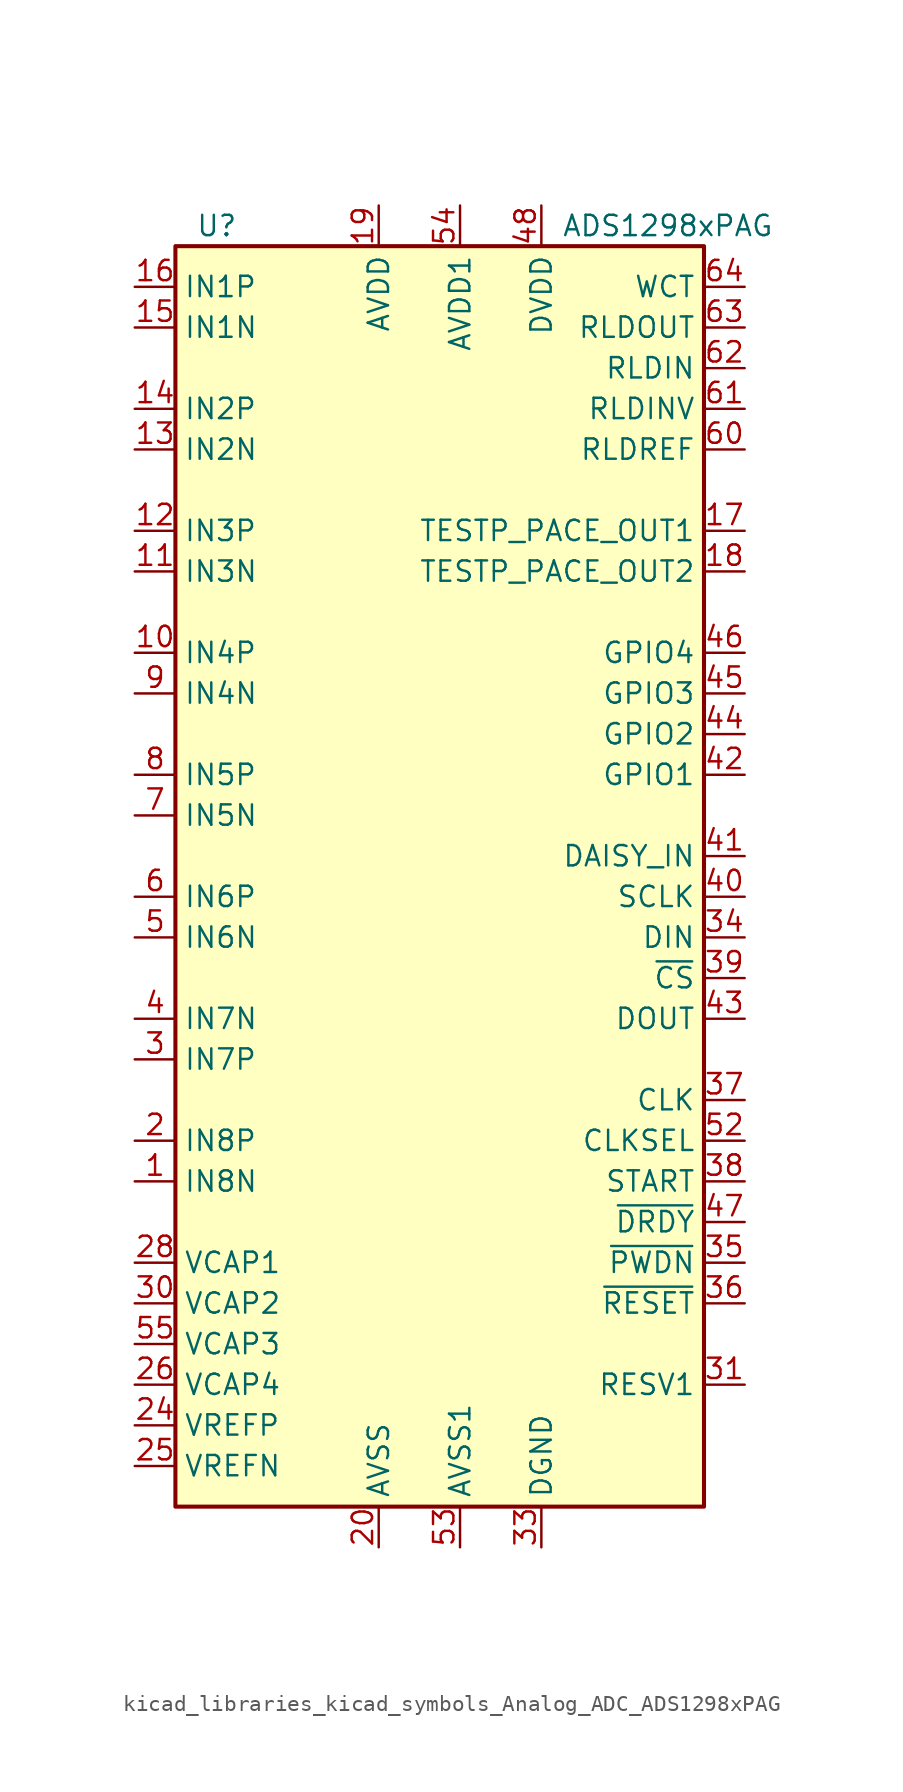
<source format=kicad_sym>
(kicad_symbol_lib
  (version 20220914)
  (generator kicad_symbol_editor)
  (symbol "kicad_libraries_kicad_symbols_Analog_ADC_ADS1298xPAG"
    (property "Reference" "U"
      (at -16.51 44.45 0)
      (effects (font (size 1.27 1.27)) (justify left)))
    (property "Value" "ADS1298xPAG"
      (at 6.35 44.45 0)
      (effects (font (size 1.27 1.27)) (justify left)))
    (symbol "kicad_libraries_kicad_symbols_Analog_ADC_ADS1298xPAG_0_1"
      (rectangle (start -17.78 43.18) (end 15.24 -35.56) (stroke (width 0.254) (type default)) (fill (type background))))
    (symbol "kicad_libraries_kicad_symbols_Analog_ADC_ADS1298xPAG_1_1"
      (pin input line (at -20.32 -15.24 0) (length 2.54) (name "IN8N" (effects (font (size 1.27 1.27)))) (number "1" (effects (font (size 1.27 1.27)))))
      (pin input line (at -20.32 17.78 0) (length 2.54) (name "IN4P" (effects (font (size 1.27 1.27)))) (number "10" (effects (font (size 1.27 1.27)))))
      (pin input line (at -20.32 22.86 0) (length 2.54) (name "IN3N" (effects (font (size 1.27 1.27)))) (number "11" (effects (font (size 1.27 1.27)))))
      (pin input line (at -20.32 25.4 0) (length 2.54) (name "IN3P" (effects (font (size 1.27 1.27)))) (number "12" (effects (font (size 1.27 1.27)))))
      (pin input line (at -20.32 30.48 0) (length 2.54) (name "IN2N" (effects (font (size 1.27 1.27)))) (number "13" (effects (font (size 1.27 1.27)))))
      (pin input line (at -20.32 33.02 0) (length 2.54) (name "IN2P" (effects (font (size 1.27 1.27)))) (number "14" (effects (font (size 1.27 1.27)))))
      (pin input line (at -20.32 38.1 0) (length 2.54) (name "IN1N" (effects (font (size 1.27 1.27)))) (number "15" (effects (font (size 1.27 1.27)))))
      (pin input line (at -20.32 40.64 0) (length 2.54) (name "IN1P" (effects (font (size 1.27 1.27)))) (number "16" (effects (font (size 1.27 1.27)))))
      (pin bidirectional line (at 17.78 25.4 180) (length 2.54) (name "TESTP_PACE_OUT1" (effects (font (size 1.27 1.27)))) (number "17" (effects (font (size 1.27 1.27)))))
      (pin bidirectional line (at 17.78 22.86 180) (length 2.54) (name "TESTP_PACE_OUT2" (effects (font (size 1.27 1.27)))) (number "18" (effects (font (size 1.27 1.27)))))
      (pin power_in line (at -5.08 45.72 270) (length 2.54) (name "AVDD" (effects (font (size 1.27 1.27)))) (number "19" (effects (font (size 1.27 1.27)))))
      (pin input line (at -20.32 -12.7 0) (length 2.54) (name "IN8P" (effects (font (size 1.27 1.27)))) (number "2" (effects (font (size 1.27 1.27)))))
      (pin power_in line (at -5.08 -38.1 90) (length 2.54) (name "AVSS" (effects (font (size 1.27 1.27)))) (number "20" (effects (font (size 1.27 1.27)))))
      (pin passive line (at -5.08 45.72 270) (length 2.54) hide (name "AVDD" (effects (font (size 1.27 1.27)))) (number "21" (effects (font (size 1.27 1.27)))))
      (pin passive line (at -5.08 45.72 270) (length 2.54) hide (name "AVDD" (effects (font (size 1.27 1.27)))) (number "22" (effects (font (size 1.27 1.27)))))
      (pin passive line (at -5.08 -38.1 90) (length 2.54) hide (name "AVSS" (effects (font (size 1.27 1.27)))) (number "23" (effects (font (size 1.27 1.27)))))
      (pin passive line (at -20.32 -30.48 0) (length 2.54) (name "VREFP" (effects (font (size 1.27 1.27)))) (number "24" (effects (font (size 1.27 1.27)))))
      (pin passive line (at -20.32 -33.02 0) (length 2.54) (name "VREFN" (effects (font (size 1.27 1.27)))) (number "25" (effects (font (size 1.27 1.27)))))
      (pin passive line (at -20.32 -27.94 0) (length 2.54) (name "VCAP4" (effects (font (size 1.27 1.27)))) (number "26" (effects (font (size 1.27 1.27)))))
      (pin no_connect line (at 15.24 -30.48 180) (length 2.54) hide (name "NC" (effects (font (size 1.27 1.27)))) (number "27" (effects (font (size 1.27 1.27)))))
      (pin passive line (at -20.32 -20.32 0) (length 2.54) (name "VCAP1" (effects (font (size 1.27 1.27)))) (number "28" (effects (font (size 1.27 1.27)))))
      (pin no_connect line (at 15.24 -33.02 180) (length 2.54) hide (name "NC" (effects (font (size 1.27 1.27)))) (number "29" (effects (font (size 1.27 1.27)))))
      (pin input line (at -20.32 -7.62 0) (length 2.54) (name "IN7P" (effects (font (size 1.27 1.27)))) (number "3" (effects (font (size 1.27 1.27)))))
      (pin passive line (at -20.32 -22.86 0) (length 2.54) (name "VCAP2" (effects (font (size 1.27 1.27)))) (number "30" (effects (font (size 1.27 1.27)))))
      (pin input line (at 17.78 -27.94 180) (length 2.54) (name "RESV1" (effects (font (size 1.27 1.27)))) (number "31" (effects (font (size 1.27 1.27)))))
      (pin passive line (at -5.08 -38.1 90) (length 2.54) hide (name "AVSS" (effects (font (size 1.27 1.27)))) (number "32" (effects (font (size 1.27 1.27)))))
      (pin power_in line (at 5.08 -38.1 90) (length 2.54) (name "DGND" (effects (font (size 1.27 1.27)))) (number "33" (effects (font (size 1.27 1.27)))))
      (pin input line (at 17.78 0 180) (length 2.54) (name "DIN" (effects (font (size 1.27 1.27)))) (number "34" (effects (font (size 1.27 1.27)))))
      (pin input line (at 17.78 -20.32 180) (length 2.54) (name "~{PWDN}" (effects (font (size 1.27 1.27)))) (number "35" (effects (font (size 1.27 1.27)))))
      (pin input line (at 17.78 -22.86 180) (length 2.54) (name "~{RESET}" (effects (font (size 1.27 1.27)))) (number "36" (effects (font (size 1.27 1.27)))))
      (pin bidirectional line (at 17.78 -10.16 180) (length 2.54) (name "CLK" (effects (font (size 1.27 1.27)))) (number "37" (effects (font (size 1.27 1.27)))))
      (pin input line (at 17.78 -15.24 180) (length 2.54) (name "START" (effects (font (size 1.27 1.27)))) (number "38" (effects (font (size 1.27 1.27)))))
      (pin input line (at 17.78 -2.54 180) (length 2.54) (name "~{CS}" (effects (font (size 1.27 1.27)))) (number "39" (effects (font (size 1.27 1.27)))))
      (pin input line (at -20.32 -5.08 0) (length 2.54) (name "IN7N" (effects (font (size 1.27 1.27)))) (number "4" (effects (font (size 1.27 1.27)))))
      (pin input line (at 17.78 2.54 180) (length 2.54) (name "SCLK" (effects (font (size 1.27 1.27)))) (number "40" (effects (font (size 1.27 1.27)))))
      (pin input line (at 17.78 5.08 180) (length 2.54) (name "DAISY_IN" (effects (font (size 1.27 1.27)))) (number "41" (effects (font (size 1.27 1.27)))))
      (pin bidirectional line (at 17.78 10.16 180) (length 2.54) (name "GPIO1" (effects (font (size 1.27 1.27)))) (number "42" (effects (font (size 1.27 1.27)))))
      (pin output line (at 17.78 -5.08 180) (length 2.54) (name "DOUT" (effects (font (size 1.27 1.27)))) (number "43" (effects (font (size 1.27 1.27)))))
      (pin bidirectional line (at 17.78 12.7 180) (length 2.54) (name "GPIO2" (effects (font (size 1.27 1.27)))) (number "44" (effects (font (size 1.27 1.27)))))
      (pin bidirectional line (at 17.78 15.24 180) (length 2.54) (name "GPIO3" (effects (font (size 1.27 1.27)))) (number "45" (effects (font (size 1.27 1.27)))))
      (pin bidirectional line (at 17.78 17.78 180) (length 2.54) (name "GPIO4" (effects (font (size 1.27 1.27)))) (number "46" (effects (font (size 1.27 1.27)))))
      (pin output line (at 17.78 -17.78 180) (length 2.54) (name "~{DRDY}" (effects (font (size 1.27 1.27)))) (number "47" (effects (font (size 1.27 1.27)))))
      (pin power_in line (at 5.08 45.72 270) (length 2.54) (name "DVDD" (effects (font (size 1.27 1.27)))) (number "48" (effects (font (size 1.27 1.27)))))
      (pin passive line (at 5.08 -38.1 90) (length 2.54) hide (name "DGND" (effects (font (size 1.27 1.27)))) (number "49" (effects (font (size 1.27 1.27)))))
      (pin input line (at -20.32 0 0) (length 2.54) (name "IN6N" (effects (font (size 1.27 1.27)))) (number "5" (effects (font (size 1.27 1.27)))))
      (pin passive line (at 5.08 45.72 270) (length 2.54) hide (name "DVDD" (effects (font (size 1.27 1.27)))) (number "50" (effects (font (size 1.27 1.27)))))
      (pin passive line (at 5.08 -38.1 90) (length 2.54) hide (name "DGND" (effects (font (size 1.27 1.27)))) (number "51" (effects (font (size 1.27 1.27)))))
      (pin input line (at 17.78 -12.7 180) (length 2.54) (name "CLKSEL" (effects (font (size 1.27 1.27)))) (number "52" (effects (font (size 1.27 1.27)))))
      (pin power_in line (at 0 -38.1 90) (length 2.54) (name "AVSS1" (effects (font (size 1.27 1.27)))) (number "53" (effects (font (size 1.27 1.27)))))
      (pin power_in line (at 0 45.72 270) (length 2.54) (name "AVDD1" (effects (font (size 1.27 1.27)))) (number "54" (effects (font (size 1.27 1.27)))))
      (pin passive line (at -20.32 -25.4 0) (length 2.54) (name "VCAP3" (effects (font (size 1.27 1.27)))) (number "55" (effects (font (size 1.27 1.27)))))
      (pin passive line (at -5.08 45.72 270) (length 2.54) hide (name "AVDD" (effects (font (size 1.27 1.27)))) (number "56" (effects (font (size 1.27 1.27)))))
      (pin passive line (at -5.08 -38.1 90) (length 2.54) hide (name "AVSS" (effects (font (size 1.27 1.27)))) (number "57" (effects (font (size 1.27 1.27)))))
      (pin passive line (at -5.08 -38.1 90) (length 2.54) hide (name "AVSS" (effects (font (size 1.27 1.27)))) (number "58" (effects (font (size 1.27 1.27)))))
      (pin passive line (at -5.08 45.72 270) (length 2.54) hide (name "AVDD" (effects (font (size 1.27 1.27)))) (number "59" (effects (font (size 1.27 1.27)))))
      (pin input line (at -20.32 2.54 0) (length 2.54) (name "IN6P" (effects (font (size 1.27 1.27)))) (number "6" (effects (font (size 1.27 1.27)))))
      (pin input line (at 17.78 30.48 180) (length 2.54) (name "RLDREF" (effects (font (size 1.27 1.27)))) (number "60" (effects (font (size 1.27 1.27)))))
      (pin input line (at 17.78 33.02 180) (length 2.54) (name "RLDINV" (effects (font (size 1.27 1.27)))) (number "61" (effects (font (size 1.27 1.27)))))
      (pin input line (at 17.78 35.56 180) (length 2.54) (name "RLDIN" (effects (font (size 1.27 1.27)))) (number "62" (effects (font (size 1.27 1.27)))))
      (pin output line (at 17.78 38.1 180) (length 2.54) (name "RLDOUT" (effects (font (size 1.27 1.27)))) (number "63" (effects (font (size 1.27 1.27)))))
      (pin output line (at 17.78 40.64 180) (length 2.54) (name "WCT" (effects (font (size 1.27 1.27)))) (number "64" (effects (font (size 1.27 1.27)))))
      (pin input line (at -20.32 7.62 0) (length 2.54) (name "IN5N" (effects (font (size 1.27 1.27)))) (number "7" (effects (font (size 1.27 1.27)))))
      (pin input line (at -20.32 10.16 0) (length 2.54) (name "IN5P" (effects (font (size 1.27 1.27)))) (number "8" (effects (font (size 1.27 1.27)))))
      (pin input line (at -20.32 15.24 0) (length 2.54) (name "IN4N" (effects (font (size 1.27 1.27)))) (number "9" (effects (font (size 1.27 1.27))))))))
</source>
